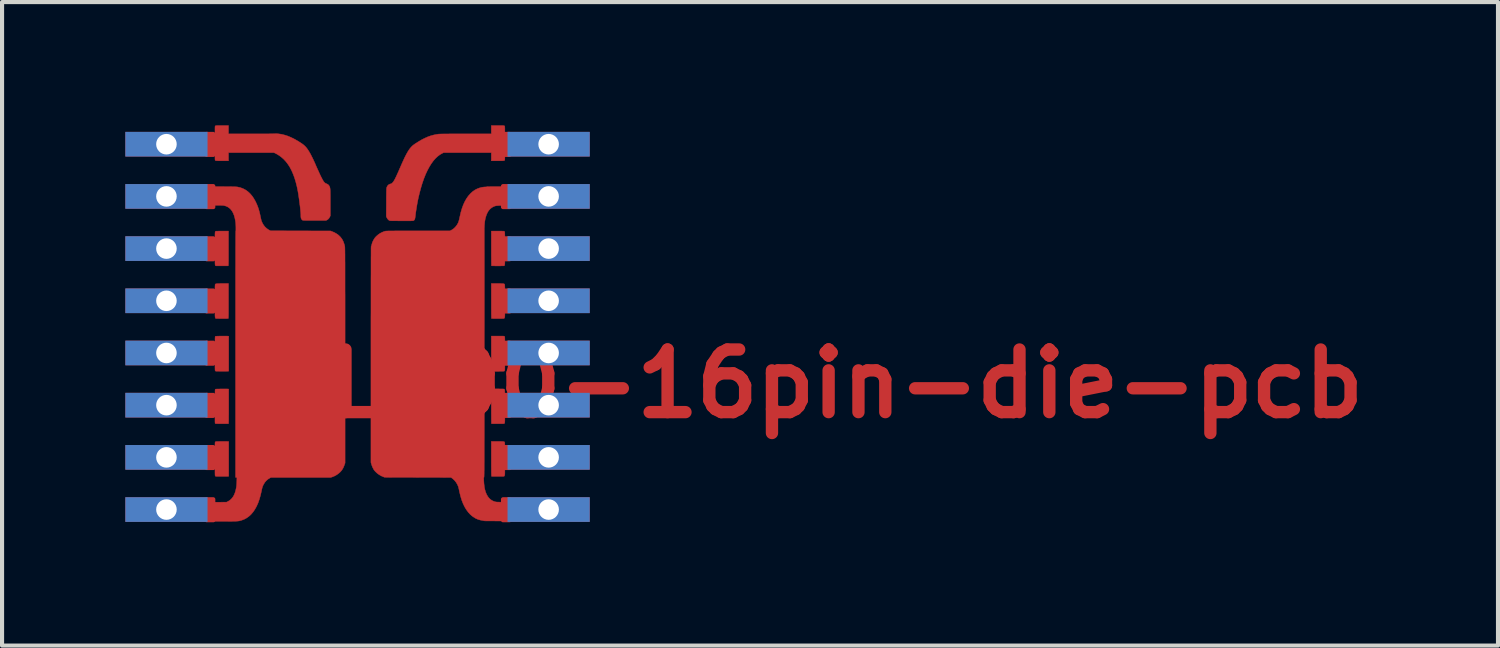
<source format=kicad_pcb>
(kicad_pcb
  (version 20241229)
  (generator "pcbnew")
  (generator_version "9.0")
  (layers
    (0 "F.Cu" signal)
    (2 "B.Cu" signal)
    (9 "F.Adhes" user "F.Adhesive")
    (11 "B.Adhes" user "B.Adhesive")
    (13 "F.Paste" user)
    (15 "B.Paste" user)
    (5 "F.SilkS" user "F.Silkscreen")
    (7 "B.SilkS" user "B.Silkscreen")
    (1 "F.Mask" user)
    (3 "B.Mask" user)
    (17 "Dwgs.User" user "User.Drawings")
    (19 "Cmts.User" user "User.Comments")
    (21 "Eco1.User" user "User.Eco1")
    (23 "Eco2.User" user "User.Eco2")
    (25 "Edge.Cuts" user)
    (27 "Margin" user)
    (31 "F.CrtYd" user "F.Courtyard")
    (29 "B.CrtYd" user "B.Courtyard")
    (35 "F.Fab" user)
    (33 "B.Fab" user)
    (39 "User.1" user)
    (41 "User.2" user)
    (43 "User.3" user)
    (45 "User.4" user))
  (footprint "IZL200-16pin-die-pcb"
    (layer "F.Cu")
    (at 5.71 5.059)
    (property "Reference" "IZL200-16pin-die-pcb" (at 10.75 1.23 0) (layer "F.Cu") (effects (font (size 1.524 1.524) (thickness 0.3))))
    (attr through_hole)
    (fp_poly (pts (xy -3.73 -4.85) (xy -3.57 -4.85) (xy -3.57 -4.34) (xy -3.73 -4.34)) (stroke (width 0.1) (type solid)) (fill yes) (layer "F.Cu"))
    (fp_poly (pts (xy -3.73 -3.58) (xy -3.57 -3.58) (xy -3.57 -3.07) (xy -3.73 -3.07)) (stroke (width 0.1) (type solid)) (fill yes) (layer "F.Cu"))
    (fp_poly (pts (xy -3.73 -2.31) (xy -3.57 -2.31) (xy -3.57 -1.8) (xy -3.73 -1.8)) (stroke (width 0.1) (type solid)) (fill yes) (layer "F.Cu"))
    (fp_poly (pts (xy -3.73 -1.04) (xy -3.57 -1.04) (xy -3.57 -0.53) (xy -3.73 -0.53)) (stroke (width 0.1) (type solid)) (fill yes) (layer "F.Cu"))
    (fp_poly (pts (xy -3.73 0.23) (xy -3.57 0.23) (xy -3.57 0.74) (xy -3.73 0.74)) (stroke (width 0.1) (type solid)) (fill yes) (layer "F.Cu"))
    (fp_poly (pts (xy -3.73 1.5) (xy -3.57 1.5) (xy -3.57 2.01) (xy -3.73 2.01)) (stroke (width 0.1) (type solid)) (fill yes) (layer "F.Cu"))
    (fp_poly (pts (xy -3.73 2.77) (xy -3.57 2.77) (xy -3.57 3.28) (xy -3.73 3.28)) (stroke (width 0.1) (type solid)) (fill yes) (layer "F.Cu"))
    (fp_poly (pts (xy -3.73 4.04) (xy -3.57 4.04) (xy -3.57 4.55) (xy -3.73 4.55)) (stroke (width 0.1) (type solid)) (fill yes) (layer "F.Cu"))
    (fp_poly (pts (xy 3.48 -4.85) (xy 3.64 -4.85) (xy 3.64 -4.34) (xy 3.48 -4.34)) (stroke (width 0.1) (type solid)) (fill yes) (layer "F.Cu"))
    (fp_poly (pts (xy 3.48 -3.58) (xy 3.64 -3.58) (xy 3.64 -3.07) (xy 3.48 -3.07)) (stroke (width 0.1) (type solid)) (fill yes) (layer "F.Cu"))
    (fp_poly (pts (xy 3.48 -2.31) (xy 3.64 -2.31) (xy 3.64 -1.8) (xy 3.48 -1.8)) (stroke (width 0.1) (type solid)) (fill yes) (layer "F.Cu"))
    (fp_poly (pts (xy 3.48 -1.04) (xy 3.64 -1.04) (xy 3.64 -0.53) (xy 3.48 -0.53)) (stroke (width 0.1) (type solid)) (fill yes) (layer "F.Cu"))
    (fp_poly (pts (xy 3.48 0.23) (xy 3.64 0.23) (xy 3.64 0.74) (xy 3.48 0.74)) (stroke (width 0.1) (type solid)) (fill yes) (layer "F.Cu"))
    (fp_poly (pts (xy 3.48 1.5) (xy 3.64 1.5) (xy 3.64 2.01) (xy 3.48 2.01)) (stroke (width 0.1) (type solid)) (fill yes) (layer "F.Cu"))
    (fp_poly (pts (xy 3.48 2.77) (xy 3.64 2.77) (xy 3.64 3.28) (xy 3.48 3.28)) (stroke (width 0.1) (type solid)) (fill yes) (layer "F.Cu"))
    (fp_poly (pts (xy 3.48 4.04) (xy 3.64 4.04) (xy 3.64 4.55) (xy 3.48 4.55)) (stroke (width 0.1) (type solid)) (fill yes) (layer "F.Cu"))
    (fp_poly (pts (xy 3.393 0.068) (xy 3.426 0.068) (xy 3.453 0.068) (xy 3.473 0.069) (xy 3.488 0.069) (xy 3.498 0.07) (xy 3.506 0.072) (xy 3.51 0.073) (xy 3.514 0.075) (xy 3.516 0.077) (xy 3.519 0.081) (xy 3.521 0.085) (xy 3.523 0.092) (xy 3.524 0.103) (xy 3.524 0.118) (xy 3.525 0.14) (xy 3.525 0.169) (xy 3.525 0.179) (xy 3.525 0.271) (xy 3.787 0.271) (xy 3.787 0.727) (xy 3.525 0.727) (xy 3.525 0.817) (xy 3.525 0.848) (xy 3.524 0.871) (xy 3.524 0.888) (xy 3.523 0.899) (xy 3.521 0.907) (xy 3.519 0.912) (xy 3.516 0.916) (xy 3.516 0.917) (xy 3.513 0.919) (xy 3.509 0.921) (xy 3.504 0.922) (xy 3.496 0.924) (xy 3.485 0.924) (xy 3.469 0.925) (xy 3.447 0.925) (xy 3.419 0.925) (xy 3.383 0.926) (xy 3.351 0.926) (xy 3.195 0.926) (xy 3.195 0.068) (xy 3.351 0.068) (xy 3.393 0.068)) (stroke (width 0.01) (type solid)) (fill yes) (layer "F.Cu"))
    (fp_poly (pts (xy -3.276 2.632) (xy -3.249 2.632) (xy -3.227 2.633) (xy -3.212 2.633) (xy -3.205 2.634) (xy -3.195 2.637) (xy -3.195 3.479) (xy -3.205 3.482) (xy -3.212 3.482) (xy -3.227 3.483) (xy -3.248 3.483) (xy -3.274 3.484) (xy -3.303 3.484) (xy -3.335 3.484) (xy -3.368 3.484) (xy -3.4 3.484) (xy -3.431 3.483) (xy -3.458 3.483) (xy -3.481 3.483) (xy -3.499 3.482) (xy -3.509 3.481) (xy -3.51 3.481) (xy -3.52 3.476) (xy -3.525 3.468) (xy -3.526 3.46) (xy -3.528 3.445) (xy -3.528 3.424) (xy -3.529 3.399) (xy -3.529 3.371) (xy -3.529 3.286) (xy -3.796 3.286) (xy -3.796 2.83) (xy -3.529 2.83) (xy -3.529 2.745) (xy -3.529 2.718) (xy -3.529 2.693) (xy -3.528 2.673) (xy -3.527 2.658) (xy -3.526 2.651) (xy -3.519 2.641) (xy -3.507 2.636) (xy -3.499 2.635) (xy -3.483 2.634) (xy -3.461 2.633) (xy -3.434 2.633) (xy -3.403 2.632) (xy -3.371 2.632) (xy -3.338 2.632) (xy -3.306 2.632) (xy -3.276 2.632)) (stroke (width 0.01) (type solid)) (fill yes) (layer "F.Cu"))
    (fp_poly (pts (xy -3.27 0.069) (xy -3.245 0.069) (xy -3.225 0.069) (xy -3.213 0.07) (xy -3.21 0.07) (xy -3.195 0.073) (xy -3.195 0.92) (xy -3.205 0.923) (xy -3.212 0.923) (xy -3.227 0.924) (xy -3.248 0.924) (xy -3.274 0.925) (xy -3.303 0.925) (xy -3.335 0.925) (xy -3.368 0.925) (xy -3.4 0.925) (xy -3.431 0.924) (xy -3.458 0.924) (xy -3.481 0.924) (xy -3.499 0.923) (xy -3.509 0.923) (xy -3.51 0.922) (xy -3.52 0.917) (xy -3.525 0.909) (xy -3.526 0.901) (xy -3.528 0.886) (xy -3.528 0.865) (xy -3.529 0.84) (xy -3.529 0.812) (xy -3.529 0.727) (xy -3.796 0.727) (xy -3.796 0.271) (xy -3.53 0.271) (xy -3.528 0.177) (xy -3.528 0.142) (xy -3.527 0.116) (xy -3.526 0.097) (xy -3.524 0.084) (xy -3.522 0.078) (xy -3.521 0.076) (xy -3.517 0.074) (xy -3.509 0.073) (xy -3.496 0.072) (xy -3.477 0.071) (xy -3.451 0.07) (xy -3.417 0.069) (xy -3.376 0.069) (xy -3.37 0.069) (xy -3.334 0.069) (xy -3.3 0.069) (xy -3.27 0.069)) (stroke (width 0.01) (type solid)) (fill yes) (layer "F.Cu"))
    (fp_poly (pts (xy 3.339 -1.209) (xy 3.383 -1.209) (xy 3.42 -1.209) (xy 3.449 -1.208) (xy 3.472 -1.207) (xy 3.489 -1.205) (xy 3.501 -1.203) (xy 3.51 -1.2) (xy 3.516 -1.196) (xy 3.519 -1.191) (xy 3.52 -1.188) (xy 3.522 -1.18) (xy 3.523 -1.165) (xy 3.524 -1.144) (xy 3.525 -1.119) (xy 3.525 -1.094) (xy 3.525 -1.011) (xy 3.787 -1.011) (xy 3.787 -0.555) (xy 3.525 -0.555) (xy 3.525 -0.473) (xy 3.525 -0.439) (xy 3.524 -0.412) (xy 3.522 -0.392) (xy 3.519 -0.378) (xy 3.514 -0.369) (xy 3.508 -0.363) (xy 3.5 -0.36) (xy 3.498 -0.359) (xy 3.49 -0.358) (xy 3.474 -0.358) (xy 3.453 -0.357) (xy 3.427 -0.357) (xy 3.397 -0.357) (xy 3.366 -0.357) (xy 3.334 -0.357) (xy 3.302 -0.357) (xy 3.273 -0.357) (xy 3.246 -0.357) (xy 3.225 -0.358) (xy 3.21 -0.358) (xy 3.202 -0.359) (xy 3.201 -0.359) (xy 3.2 -0.361) (xy 3.199 -0.367) (xy 3.198 -0.377) (xy 3.198 -0.392) (xy 3.197 -0.411) (xy 3.197 -0.436) (xy 3.196 -0.467) (xy 3.196 -0.505) (xy 3.196 -0.549) (xy 3.195 -0.6) (xy 3.195 -0.66) (xy 3.195 -0.727) (xy 3.195 -0.785) (xy 3.195 -1.209) (xy 3.339 -1.209)) (stroke (width 0.01) (type solid)) (fill yes) (layer "F.Cu"))
    (fp_poly (pts (xy 3.339 2.632) (xy 3.383 2.632) (xy 3.42 2.632) (xy 3.449 2.633) (xy 3.472 2.634) (xy 3.489 2.636) (xy 3.501 2.638) (xy 3.51 2.641) (xy 3.516 2.645) (xy 3.519 2.65) (xy 3.52 2.652) (xy 3.522 2.66) (xy 3.523 2.676) (xy 3.524 2.697) (xy 3.525 2.722) (xy 3.525 2.747) (xy 3.525 2.83) (xy 3.787 2.83) (xy 3.787 3.286) (xy 3.525 3.286) (xy 3.525 3.367) (xy 3.525 3.402) (xy 3.524 3.429) (xy 3.522 3.449) (xy 3.519 3.463) (xy 3.514 3.472) (xy 3.508 3.478) (xy 3.5 3.481) (xy 3.498 3.482) (xy 3.49 3.482) (xy 3.474 3.483) (xy 3.453 3.483) (xy 3.427 3.484) (xy 3.397 3.484) (xy 3.366 3.484) (xy 3.334 3.484) (xy 3.302 3.484) (xy 3.273 3.484) (xy 3.246 3.483) (xy 3.225 3.483) (xy 3.21 3.482) (xy 3.202 3.482) (xy 3.201 3.482) (xy 3.2 3.479) (xy 3.199 3.474) (xy 3.198 3.464) (xy 3.198 3.449) (xy 3.197 3.43) (xy 3.197 3.405) (xy 3.196 3.374) (xy 3.196 3.336) (xy 3.196 3.292) (xy 3.195 3.24) (xy 3.195 3.181) (xy 3.195 3.113) (xy 3.195 3.055) (xy 3.195 2.632) (xy 3.339 2.632)) (stroke (width 0.01) (type solid)) (fill yes) (layer "F.Cu"))
    (fp_poly (pts (xy 3.377 -2.486) (xy 3.411 -2.486) (xy 3.441 -2.486) (xy 3.467 -2.485) (xy 3.486 -2.485) (xy 3.498 -2.484) (xy 3.501 -2.484) (xy 3.509 -2.481) (xy 3.515 -2.477) (xy 3.519 -2.469) (xy 3.522 -2.456) (xy 3.523 -2.438) (xy 3.524 -2.414) (xy 3.525 -2.382) (xy 3.525 -2.371) (xy 3.525 -2.288) (xy 3.787 -2.288) (xy 3.787 -1.836) (xy 3.525 -1.836) (xy 3.525 -1.754) (xy 3.525 -1.719) (xy 3.524 -1.693) (xy 3.522 -1.673) (xy 3.52 -1.659) (xy 3.516 -1.65) (xy 3.511 -1.644) (xy 3.504 -1.641) (xy 3.501 -1.641) (xy 3.494 -1.64) (xy 3.478 -1.639) (xy 3.457 -1.639) (xy 3.431 -1.639) (xy 3.401 -1.638) (xy 3.37 -1.638) (xy 3.337 -1.638) (xy 3.306 -1.638) (xy 3.276 -1.639) (xy 3.249 -1.639) (xy 3.227 -1.639) (xy 3.211 -1.64) (xy 3.202 -1.641) (xy 3.201 -1.641) (xy 3.2 -1.643) (xy 3.199 -1.649) (xy 3.198 -1.659) (xy 3.198 -1.673) (xy 3.197 -1.693) (xy 3.197 -1.718) (xy 3.196 -1.749) (xy 3.196 -1.786) (xy 3.196 -1.831) (xy 3.195 -1.882) (xy 3.195 -1.942) (xy 3.195 -2.009) (xy 3.195 -2.065) (xy 3.195 -2.486) (xy 3.341 -2.486) (xy 3.377 -2.486)) (stroke (width 0.01) (type solid)) (fill yes) (layer "F.Cu"))
    (fp_poly (pts (xy 3.377 1.354) (xy 3.411 1.355) (xy 3.441 1.355) (xy 3.467 1.355) (xy 3.486 1.356) (xy 3.498 1.357) (xy 3.501 1.357) (xy 3.509 1.36) (xy 3.515 1.364) (xy 3.519 1.372) (xy 3.522 1.385) (xy 3.523 1.402) (xy 3.524 1.427) (xy 3.525 1.459) (xy 3.525 1.47) (xy 3.525 1.553) (xy 3.787 1.553) (xy 3.787 2.004) (xy 3.525 2.004) (xy 3.525 2.087) (xy 3.525 2.122) (xy 3.524 2.148) (xy 3.522 2.168) (xy 3.52 2.182) (xy 3.516 2.191) (xy 3.511 2.196) (xy 3.504 2.199) (xy 3.501 2.2) (xy 3.494 2.201) (xy 3.478 2.201) (xy 3.457 2.202) (xy 3.431 2.202) (xy 3.401 2.202) (xy 3.37 2.202) (xy 3.337 2.202) (xy 3.306 2.202) (xy 3.276 2.202) (xy 3.249 2.202) (xy 3.227 2.201) (xy 3.211 2.201) (xy 3.202 2.2) (xy 3.201 2.2) (xy 3.2 2.198) (xy 3.199 2.192) (xy 3.198 2.182) (xy 3.198 2.167) (xy 3.197 2.148) (xy 3.197 2.123) (xy 3.196 2.092) (xy 3.196 2.054) (xy 3.196 2.01) (xy 3.195 1.958) (xy 3.195 1.899) (xy 3.195 1.831) (xy 3.195 1.776) (xy 3.195 1.354) (xy 3.341 1.354) (xy 3.377 1.354)) (stroke (width 0.01) (type solid)) (fill yes) (layer "F.Cu"))
    (fp_poly (pts (xy -3.2 -2.065) (xy -3.2 -1.993) (xy -3.2 -1.93) (xy -3.2 -1.875) (xy -3.2 -1.827) (xy -3.2 -1.787) (xy -3.2 -1.752) (xy -3.201 -1.723) (xy -3.201 -1.7) (xy -3.202 -1.682) (xy -3.202 -1.667) (xy -3.203 -1.657) (xy -3.204 -1.649) (xy -3.205 -1.644) (xy -3.206 -1.642) (xy -3.207 -1.641) (xy -3.207 -1.641) (xy -3.213 -1.64) (xy -3.227 -1.64) (xy -3.247 -1.639) (xy -3.272 -1.639) (xy -3.301 -1.639) (xy -3.332 -1.639) (xy -3.365 -1.639) (xy -3.397 -1.639) (xy -3.427 -1.639) (xy -3.455 -1.639) (xy -3.479 -1.64) (xy -3.496 -1.64) (xy -3.507 -1.641) (xy -3.51 -1.641) (xy -3.516 -1.644) (xy -3.521 -1.65) (xy -3.524 -1.66) (xy -3.527 -1.676) (xy -3.528 -1.697) (xy -3.529 -1.726) (xy -3.529 -1.754) (xy -3.529 -1.836) (xy -3.791 -1.836) (xy -3.791 -2.288) (xy -3.529 -2.288) (xy -3.529 -2.371) (xy -3.529 -2.405) (xy -3.528 -2.432) (xy -3.527 -2.451) (xy -3.524 -2.465) (xy -3.52 -2.474) (xy -3.515 -2.48) (xy -3.508 -2.483) (xy -3.506 -2.484) (xy -3.498 -2.484) (xy -3.482 -2.485) (xy -3.46 -2.485) (xy -3.433 -2.486) (xy -3.401 -2.486) (xy -3.366 -2.486) (xy -3.346 -2.486) (xy -3.2 -2.486) (xy -3.2 -2.065)) (stroke (width 0.01) (type solid)) (fill yes) (layer "F.Cu"))
    (fp_poly (pts (xy -3.2 -0.785) (xy -3.2 -0.714) (xy -3.2 -0.65) (xy -3.2 -0.595) (xy -3.2 -0.547) (xy -3.2 -0.506) (xy -3.2 -0.471) (xy -3.201 -0.443) (xy -3.201 -0.419) (xy -3.202 -0.4) (xy -3.202 -0.386) (xy -3.203 -0.375) (xy -3.204 -0.368) (xy -3.205 -0.363) (xy -3.206 -0.36) (xy -3.207 -0.359) (xy -3.207 -0.359) (xy -3.213 -0.358) (xy -3.227 -0.358) (xy -3.247 -0.357) (xy -3.272 -0.357) (xy -3.301 -0.357) (xy -3.332 -0.357) (xy -3.364 -0.357) (xy -3.396 -0.357) (xy -3.427 -0.357) (xy -3.454 -0.358) (xy -3.477 -0.358) (xy -3.494 -0.359) (xy -3.504 -0.359) (xy -3.506 -0.359) (xy -3.513 -0.362) (xy -3.519 -0.368) (xy -3.523 -0.379) (xy -3.526 -0.394) (xy -3.528 -0.416) (xy -3.529 -0.445) (xy -3.529 -0.473) (xy -3.529 -0.555) (xy -3.791 -0.555) (xy -3.791 -1.011) (xy -3.529 -1.011) (xy -3.529 -1.094) (xy -3.529 -1.121) (xy -3.528 -1.146) (xy -3.527 -1.166) (xy -3.526 -1.181) (xy -3.525 -1.188) (xy -3.522 -1.194) (xy -3.518 -1.198) (xy -3.511 -1.201) (xy -3.5 -1.204) (xy -3.485 -1.206) (xy -3.465 -1.208) (xy -3.44 -1.208) (xy -3.407 -1.209) (xy -3.366 -1.209) (xy -3.343 -1.209) (xy -3.2 -1.209) (xy -3.2 -0.785)) (stroke (width 0.01) (type solid)) (fill yes) (layer "F.Cu"))
    (fp_poly (pts (xy -3.265 1.355) (xy -3.24 1.355) (xy -3.221 1.356) (xy -3.209 1.356) (xy -3.206 1.356) (xy -3.195 1.359) (xy -3.195 1.778) (xy -3.195 1.85) (xy -3.195 1.912) (xy -3.195 1.967) (xy -3.196 2.015) (xy -3.196 2.055) (xy -3.196 2.09) (xy -3.196 2.118) (xy -3.197 2.141) (xy -3.197 2.16) (xy -3.198 2.174) (xy -3.198 2.184) (xy -3.199 2.192) (xy -3.2 2.196) (xy -3.201 2.199) (xy -3.202 2.2) (xy -3.208 2.201) (xy -3.222 2.201) (xy -3.242 2.202) (xy -3.268 2.202) (xy -3.297 2.202) (xy -3.328 2.202) (xy -3.361 2.202) (xy -3.394 2.202) (xy -3.425 2.202) (xy -3.454 2.201) (xy -3.478 2.201) (xy -3.497 2.201) (xy -3.51 2.2) (xy -3.514 2.2) (xy -3.523 2.194) (xy -3.527 2.188) (xy -3.527 2.18) (xy -3.528 2.165) (xy -3.529 2.145) (xy -3.529 2.12) (xy -3.529 2.092) (xy -3.529 2.091) (xy -3.529 2.004) (xy -3.796 2.004) (xy -3.796 1.553) (xy -3.53 1.553) (xy -3.528 1.461) (xy -3.528 1.426) (xy -3.527 1.401) (xy -3.526 1.382) (xy -3.524 1.37) (xy -3.522 1.363) (xy -3.521 1.362) (xy -3.517 1.361) (xy -3.509 1.359) (xy -3.496 1.358) (xy -3.477 1.357) (xy -3.452 1.356) (xy -3.419 1.356) (xy -3.378 1.355) (xy -3.366 1.355) (xy -3.329 1.355) (xy -3.296 1.355) (xy -3.265 1.355)) (stroke (width 0.01) (type solid)) (fill yes) (layer "F.Cu"))
    (fp_poly (pts (xy 3.393 -5.054) (xy 3.426 -5.054) (xy 3.453 -5.054) (xy 3.473 -5.054) (xy 3.488 -5.053) (xy 3.498 -5.052) (xy 3.506 -5.051) (xy 3.51 -5.049) (xy 3.514 -5.047) (xy 3.516 -5.045) (xy 3.519 -5.042) (xy 3.521 -5.037) (xy 3.523 -5.03) (xy 3.524 -5.02) (xy 3.524 -5.004) (xy 3.525 -4.983) (xy 3.525 -4.954) (xy 3.525 -4.944) (xy 3.525 -4.851) (xy 3.791 -4.851) (xy 3.791 -4.395) (xy 3.525 -4.395) (xy 3.525 -4.305) (xy 3.525 -4.274) (xy 3.524 -4.251) (xy 3.524 -4.234) (xy 3.523 -4.223) (xy 3.521 -4.215) (xy 3.519 -4.21) (xy 3.516 -4.207) (xy 3.516 -4.206) (xy 3.513 -4.203) (xy 3.509 -4.202) (xy 3.504 -4.2) (xy 3.496 -4.199) (xy 3.485 -4.198) (xy 3.469 -4.197) (xy 3.447 -4.197) (xy 3.419 -4.197) (xy 3.383 -4.197) (xy 3.351 -4.197) (xy 3.195 -4.197) (xy 3.195 -4.395) (xy 2.035 -4.395) (xy 2.004 -4.38) (xy 1.946 -4.347) (xy 1.89 -4.305) (xy 1.836 -4.254) (xy 1.784 -4.195) (xy 1.734 -4.126) (xy 1.687 -4.05) (xy 1.641 -3.964) (xy 1.597 -3.87) (xy 1.556 -3.767) (xy 1.548 -3.745) (xy 1.513 -3.643) (xy 1.48 -3.533) (xy 1.449 -3.417) (xy 1.42 -3.297) (xy 1.395 -3.174) (xy 1.374 -3.05) (xy 1.355 -2.926) (xy 1.345 -2.838) (xy 1.34 -2.805) (xy 1.334 -2.78) (xy 1.325 -2.761) (xy 1.315 -2.749) (xy 1.308 -2.744) (xy 1.305 -2.742) (xy 1.301 -2.74) (xy 1.296 -2.739) (xy 1.289 -2.738) (xy 1.28 -2.737) (xy 1.268 -2.736) (xy 1.251 -2.736) (xy 1.23 -2.735) (xy 1.204 -2.735) (xy 1.171 -2.735) (xy 1.132 -2.735) (xy 1.085 -2.735) (xy 1.031 -2.735) (xy 1.015 -2.735) (xy 0.949 -2.735) (xy 0.891 -2.736) (xy 0.841 -2.736) (xy 0.801 -2.737) (xy 0.769 -2.737) (xy 0.745 -2.738) (xy 0.729 -2.739) (xy 0.722 -2.741) (xy 0.705 -2.749) (xy 0.687 -2.764) (xy 0.671 -2.783) (xy 0.657 -2.804) (xy 0.65 -2.818) (xy 0.639 -2.845) (xy 0.641 -3.181) (xy 0.641 -3.251) (xy 0.641 -3.312) (xy 0.642 -3.366) (xy 0.642 -3.411) (xy 0.643 -3.448) (xy 0.644 -3.479) (xy 0.644 -3.503) (xy 0.645 -3.521) (xy 0.646 -3.533) (xy 0.647 -3.538) (xy 0.66 -3.571) (xy 0.678 -3.598) (xy 0.701 -3.618) (xy 0.729 -3.631) (xy 0.739 -3.633) (xy 0.752 -3.637) (xy 0.765 -3.642) (xy 0.778 -3.651) (xy 0.79 -3.662) (xy 0.803 -3.677) (xy 0.817 -3.696) (xy 0.832 -3.72) (xy 0.848 -3.748) (xy 0.865 -3.783) (xy 0.885 -3.823) (xy 0.906 -3.87) (xy 0.931 -3.925) (xy 0.958 -3.987) (xy 0.968 -4.01) (xy 0.998 -4.079) (xy 1.025 -4.14) (xy 1.05 -4.195) (xy 1.072 -4.243) (xy 1.092 -4.286) (xy 1.112 -4.324) (xy 1.129 -4.358) (xy 1.147 -4.389) (xy 1.163 -4.418) (xy 1.18 -4.444) (xy 1.19 -4.46) (xy 1.216 -4.496) (xy 1.242 -4.527) (xy 1.269 -4.555) (xy 1.299 -4.581) (xy 1.336 -4.607) (xy 1.355 -4.62) (xy 1.435 -4.67) (xy 1.51 -4.714) (xy 1.583 -4.75) (xy 1.653 -4.781) (xy 1.722 -4.805) (xy 1.791 -4.824) (xy 1.86 -4.838) (xy 1.919 -4.847) (xy 1.931 -4.847) (xy 1.952 -4.848) (xy 1.981 -4.849) (xy 2.02 -4.849) (xy 2.066 -4.85) (xy 2.122 -4.85) (xy 2.185 -4.851) (xy 2.257 -4.851) (xy 2.337 -4.851) (xy 2.425 -4.851) (xy 2.52 -4.851) (xy 2.579 -4.851) (xy 3.195 -4.851) (xy 3.195 -5.054) (xy 3.351 -5.054) (xy 3.393 -5.054)) (stroke (width 0.01) (type solid)) (fill yes) (layer "F.Cu"))
    (fp_poly (pts (xy -3.2 -4.851) (xy -2.634 -4.851) (xy -2.551 -4.851) (xy -2.473 -4.851) (xy -2.401 -4.852) (xy -2.335 -4.852) (xy -2.276 -4.852) (xy -2.223 -4.852) (xy -2.177 -4.853) (xy -2.138 -4.853) (xy -2.108 -4.854) (xy -2.085 -4.854) (xy -2.07 -4.855) (xy -2.065 -4.855) (xy -2.065 -4.856) (xy -2.058 -4.857) (xy -2.044 -4.857) (xy -2.024 -4.856) (xy -2 -4.854) (xy -1.973 -4.851) (xy -1.945 -4.847) (xy -1.917 -4.843) (xy -1.901 -4.84) (xy -1.829 -4.822) (xy -1.755 -4.798) (xy -1.679 -4.766) (xy -1.6 -4.727) (xy -1.518 -4.681) (xy -1.433 -4.627) (xy -1.409 -4.611) (xy -1.382 -4.591) (xy -1.356 -4.569) (xy -1.33 -4.544) (xy -1.305 -4.516) (xy -1.281 -4.484) (xy -1.256 -4.447) (xy -1.231 -4.406) (xy -1.204 -4.359) (xy -1.177 -4.306) (xy -1.147 -4.246) (xy -1.116 -4.179) (xy -1.082 -4.104) (xy -1.079 -4.095) (xy -1.048 -4.025) (xy -1.02 -3.963) (xy -0.995 -3.908) (xy -0.973 -3.86) (xy -0.953 -3.818) (xy -0.935 -3.783) (xy -0.919 -3.752) (xy -0.905 -3.727) (xy -0.892 -3.705) (xy -0.88 -3.688) (xy -0.869 -3.674) (xy -0.858 -3.663) (xy -0.847 -3.655) (xy -0.837 -3.648) (xy -0.825 -3.643) (xy -0.821 -3.641) (xy -0.792 -3.628) (xy -0.769 -3.612) (xy -0.753 -3.592) (xy -0.748 -3.584) (xy -0.743 -3.575) (xy -0.739 -3.567) (xy -0.736 -3.558) (xy -0.733 -3.548) (xy -0.73 -3.536) (xy -0.728 -3.522) (xy -0.726 -3.506) (xy -0.725 -3.485) (xy -0.724 -3.46) (xy -0.723 -3.43) (xy -0.723 -3.394) (xy -0.722 -3.352) (xy -0.722 -3.303) (xy -0.722 -3.246) (xy -0.722 -3.181) (xy -0.722 -3.179) (xy -0.722 -2.859) (xy -0.735 -2.831) (xy -0.755 -2.797) (xy -0.78 -2.771) (xy -0.805 -2.755) (xy -0.828 -2.744) (xy -1.105 -2.744) (xy -1.155 -2.744) (xy -1.202 -2.744) (xy -1.245 -2.745) (xy -1.285 -2.745) (xy -1.319 -2.745) (xy -1.348 -2.746) (xy -1.371 -2.747) (xy -1.385 -2.747) (xy -1.392 -2.748) (xy -1.392 -2.748) (xy -1.409 -2.759) (xy -1.424 -2.777) (xy -1.431 -2.791) (xy -1.435 -2.801) (xy -1.437 -2.814) (xy -1.439 -2.83) (xy -1.44 -2.853) (xy -1.44 -2.864) (xy -1.44 -2.889) (xy -1.442 -2.921) (xy -1.446 -2.96) (xy -1.45 -3.005) (xy -1.455 -3.054) (xy -1.461 -3.106) (xy -1.468 -3.16) (xy -1.475 -3.214) (xy -1.482 -3.269) (xy -1.49 -3.322) (xy -1.497 -3.372) (xy -1.505 -3.419) (xy -1.51 -3.45) (xy -1.534 -3.569) (xy -1.562 -3.679) (xy -1.593 -3.782) (xy -1.628 -3.876) (xy -1.666 -3.963) (xy -1.708 -4.043) (xy -1.755 -4.115) (xy -1.805 -4.18) (xy -1.859 -4.238) (xy -1.918 -4.289) (xy -1.968 -4.326) (xy -1.991 -4.34) (xy -2.017 -4.356) (xy -2.041 -4.369) (xy -2.052 -4.375) (xy -2.094 -4.395) (xy -3.2 -4.395) (xy -3.2 -4.197) (xy -3.356 -4.197) (xy -3.397 -4.197) (xy -3.431 -4.197) (xy -3.457 -4.197) (xy -3.477 -4.198) (xy -3.492 -4.198) (xy -3.503 -4.199) (xy -3.51 -4.2) (xy -3.515 -4.202) (xy -3.518 -4.204) (xy -3.52 -4.206) (xy -3.523 -4.21) (xy -3.526 -4.214) (xy -3.527 -4.221) (xy -3.528 -4.232) (xy -3.529 -4.248) (xy -3.529 -4.27) (xy -3.529 -4.299) (xy -3.529 -4.305) (xy -3.529 -4.395) (xy -3.796 -4.395) (xy -3.796 -4.851) (xy -3.529 -4.851) (xy -3.529 -4.944) (xy -3.529 -4.975) (xy -3.529 -4.999) (xy -3.528 -5.016) (xy -3.528 -5.028) (xy -3.526 -5.035) (xy -3.524 -5.041) (xy -3.521 -5.044) (xy -3.52 -5.045) (xy -3.518 -5.048) (xy -3.514 -5.05) (xy -3.509 -5.051) (xy -3.501 -5.052) (xy -3.489 -5.053) (xy -3.473 -5.054) (xy -3.451 -5.054) (xy -3.423 -5.054) (xy -3.388 -5.054) (xy -3.356 -5.054) (xy -3.2 -5.054) (xy -3.2 -4.851)) (stroke (width 0.01) (type solid)) (fill yes) (layer "F.Cu"))
    (fp_poly (pts (xy -3.404 -3.568) (xy -3.333 -3.568) (xy -3.27 -3.567) (xy -3.215 -3.567) (xy -3.167 -3.566) (xy -3.126 -3.566) (xy -3.091 -3.565) (xy -3.062 -3.565) (xy -3.038 -3.564) (xy -3.018 -3.563) (xy -3.003 -3.562) (xy -2.99 -3.561) (xy -2.981 -3.56) (xy -2.976 -3.559) (xy -2.908 -3.543) (xy -2.844 -3.519) (xy -2.784 -3.487) (xy -2.729 -3.448) (xy -2.678 -3.401) (xy -2.63 -3.346) (xy -2.586 -3.283) (xy -2.546 -3.212) (xy -2.532 -3.184) (xy -2.508 -3.131) (xy -2.487 -3.078) (xy -2.468 -3.023) (xy -2.451 -2.964) (xy -2.435 -2.899) (xy -2.422 -2.836) (xy -2.416 -2.809) (xy -2.41 -2.783) (xy -2.405 -2.761) (xy -2.401 -2.744) (xy -2.399 -2.737) (xy -2.376 -2.683) (xy -2.347 -2.633) (xy -2.311 -2.588) (xy -2.27 -2.55) (xy -2.225 -2.518) (xy -2.214 -2.513) (xy -2.178 -2.493) (xy -1.446 -2.491) (xy -0.715 -2.489) (xy -0.686 -2.478) (xy -0.624 -2.452) (xy -0.568 -2.42) (xy -0.518 -2.383) (xy -0.475 -2.341) (xy -0.44 -2.295) (xy -0.419 -2.258) (xy -0.407 -2.233) (xy -0.395 -2.201) (xy -0.384 -2.168) (xy -0.375 -2.135) (xy -0.371 -2.12) (xy -0.371 -2.117) (xy -0.37 -2.114) (xy -0.37 -2.11) (xy -0.369 -2.104) (xy -0.369 -2.098) (xy -0.368 -2.091) (xy -0.368 -2.081) (xy -0.368 -2.07) (xy -0.367 -2.057) (xy -0.367 -2.042) (xy -0.367 -2.024) (xy -0.366 -2.003) (xy -0.366 -1.979) (xy -0.366 -1.953) (xy -0.365 -1.923) (xy -0.365 -1.889) (xy -0.365 -1.852) (xy -0.365 -1.81) (xy -0.365 -1.764) (xy -0.364 -1.714) (xy -0.364 -1.659) (xy -0.364 -1.6) (xy -0.364 -1.535) (xy -0.364 -1.465) (xy -0.364 -1.389) (xy -0.364 -1.307) (xy -0.364 -1.22) (xy -0.364 -1.126) (xy -0.364 -1.026) (xy -0.363 -0.919) (xy -0.363 -0.805) (xy -0.363 -0.685) (xy -0.363 -0.557) (xy -0.363 -0.421) (xy -0.363 -0.278) (xy -0.363 -0.127) (xy -0.363 0.033) (xy -0.363 0.201) (xy -0.363 0.377) (xy -0.363 3.157) (xy -0.381 3.209) (xy -0.4 3.257) (xy -0.421 3.298) (xy -0.445 3.334) (xy -0.473 3.368) (xy -0.475 3.37) (xy -0.518 3.409) (xy -0.566 3.444) (xy -0.618 3.473) (xy -0.67 3.495) (xy -0.679 3.498) (xy -0.71 3.507) (xy -2.162 3.507) (xy -2.19 3.521) (xy -2.236 3.549) (xy -2.277 3.584) (xy -2.314 3.626) (xy -2.344 3.674) (xy -2.351 3.688) (xy -2.361 3.707) (xy -2.369 3.727) (xy -2.376 3.747) (xy -2.382 3.77) (xy -2.389 3.798) (xy -2.396 3.833) (xy -2.399 3.846) (xy -2.423 3.95) (xy -2.451 4.046) (xy -2.482 4.134) (xy -2.519 4.215) (xy -2.559 4.287) (xy -2.603 4.351) (xy -2.652 4.408) (xy -2.704 4.456) (xy -2.761 4.496) (xy -2.822 4.529) (xy -2.888 4.553) (xy -2.893 4.555) (xy -2.906 4.558) (xy -2.918 4.562) (xy -2.931 4.565) (xy -2.944 4.567) (xy -2.959 4.569) (xy -2.976 4.571) (xy -2.996 4.572) (xy -3.018 4.574) (xy -3.045 4.575) (xy -3.077 4.575) (xy -3.113 4.576) (xy -3.156 4.576) (xy -3.205 4.576) (xy -3.261 4.577) (xy -3.325 4.577) (xy -3.392 4.577) (xy -3.468 4.577) (xy -3.537 4.576) (xy -3.597 4.576) (xy -3.648 4.576) (xy -3.69 4.575) (xy -3.724 4.575) (xy -3.749 4.574) (xy -3.765 4.573) (xy -3.773 4.572) (xy -3.773 4.572) (xy -3.777 4.569) (xy -3.784 4.568) (xy -3.796 4.568) (xy -3.796 4.112) (xy -3.521 4.111) (xy -3.247 4.11) (xy -3.213 4.092) (xy -3.169 4.066) (xy -3.131 4.032) (xy -3.097 3.991) (xy -3.068 3.943) (xy -3.044 3.887) (xy -3.025 3.824) (xy -3.01 3.753) (xy -3.008 3.737) (xy -3.005 3.717) (xy -3.003 3.691) (xy -3.001 3.66) (xy -2.999 3.628) (xy -2.998 3.598) (xy -2.995 3.507) (xy -3.028 3.507) (xy -3.028 0.508) (xy -3.028 0.299) (xy -3.028 0.098) (xy -3.028 -0.094) (xy -3.028 -0.277) (xy -3.028 -0.452) (xy -3.028 -0.618) (xy -3.028 -0.777) (xy -3.028 -0.927) (xy -3.028 -1.069) (xy -3.028 -1.204) (xy -3.028 -1.331) (xy -3.028 -1.45) (xy -3.028 -1.562) (xy -3.027 -1.667) (xy -3.027 -1.765) (xy -3.027 -1.857) (xy -3.027 -1.941) (xy -3.027 -2.018) (xy -3.027 -2.09) (xy -3.026 -2.155) (xy -3.026 -2.213) (xy -3.026 -2.266) (xy -3.026 -2.313) (xy -3.026 -2.353) (xy -3.025 -2.389) (xy -3.025 -2.419) (xy -3.025 -2.443) (xy -3.024 -2.462) (xy -3.024 -2.477) (xy -3.024 -2.486) (xy -3.023 -2.49) (xy -3.023 -2.491) (xy -3.021 -2.495) (xy -3.02 -2.507) (xy -3.02 -2.525) (xy -3.02 -2.548) (xy -3.02 -2.575) (xy -3.021 -2.604) (xy -3.022 -2.633) (xy -3.024 -2.662) (xy -3.026 -2.689) (xy -3.029 -2.712) (xy -3.031 -2.728) (xy -3.045 -2.801) (xy -3.063 -2.866) (xy -3.086 -2.924) (xy -3.114 -2.974) (xy -3.146 -3.016) (xy -3.183 -3.05) (xy -3.224 -3.077) (xy -3.271 -3.097) (xy -3.321 -3.109) (xy -3.324 -3.109) (xy -3.335 -3.11) (xy -3.354 -3.111) (xy -3.38 -3.112) (xy -3.412 -3.112) (xy -3.449 -3.113) (xy -3.489 -3.113) (xy -3.533 -3.114) (xy -3.576 -3.114) (xy -3.796 -3.114) (xy -3.796 -3.57) (xy -3.404 -3.568)) (stroke (width 0.01) (type solid)) (fill yes) (layer "F.Cu"))
    (fp_poly (pts (xy 3.59 -3.57) (xy 3.634 -3.57) (xy 3.674 -3.569) (xy 3.709 -3.569) (xy 3.739 -3.569) (xy 3.764 -3.568) (xy 3.781 -3.568) (xy 3.791 -3.567) (xy 3.793 -3.567) (xy 3.795 -3.565) (xy 3.796 -3.562) (xy 3.797 -3.557) (xy 3.798 -3.547) (xy 3.799 -3.534) (xy 3.799 -3.517) (xy 3.8 -3.493) (xy 3.8 -3.464) (xy 3.8 -3.427) (xy 3.8 -3.383) (xy 3.8 -3.337) (xy 3.8 -3.109) (xy 3.578 -3.109) (xy 3.522 -3.109) (xy 3.473 -3.109) (xy 3.433 -3.108) (xy 3.398 -3.108) (xy 3.37 -3.106) (xy 3.346 -3.105) (xy 3.326 -3.103) (xy 3.309 -3.101) (xy 3.295 -3.098) (xy 3.281 -3.094) (xy 3.269 -3.09) (xy 3.259 -3.086) (xy 3.218 -3.065) (xy 3.18 -3.037) (xy 3.145 -3.002) (xy 3.119 -2.967) (xy 3.098 -2.929) (xy 3.078 -2.884) (xy 3.061 -2.833) (xy 3.047 -2.78) (xy 3.038 -2.728) (xy 3.035 -2.705) (xy 3.032 -2.677) (xy 3.03 -2.645) (xy 3.027 -2.612) (xy 3.026 -2.58) (xy 3.024 -2.551) (xy 3.024 -2.529) (xy 3.024 -2.522) (xy 3.024 -2.516) (xy 3.024 -2.501) (xy 3.024 -2.477) (xy 3.024 -2.445) (xy 3.024 -2.405) (xy 3.024 -2.357) (xy 3.024 -2.302) (xy 3.024 -2.239) (xy 3.024 -2.169) (xy 3.024 -2.092) (xy 3.025 -2.009) (xy 3.025 -1.919) (xy 3.025 -1.823) (xy 3.025 -1.721) (xy 3.025 -1.613) (xy 3.025 -1.5) (xy 3.025 -1.381) (xy 3.025 -1.258) (xy 3.025 -1.13) (xy 3.025 -0.997) (xy 3.025 -0.86) (xy 3.025 -0.719) (xy 3.025 -0.575) (xy 3.025 -0.426) (xy 3.025 -0.275) (xy 3.025 -0.12) (xy 3.024 0.037) (xy 3.024 0.197) (xy 3.024 0.36) (xy 3.024 0.509) (xy 3.024 0.707) (xy 3.024 0.896) (xy 3.024 1.076) (xy 3.024 1.247) (xy 3.024 1.411) (xy 3.024 1.566) (xy 3.024 1.714) (xy 3.024 1.854) (xy 3.024 1.987) (xy 3.024 2.112) (xy 3.024 2.23) (xy 3.024 2.342) (xy 3.024 2.447) (xy 3.024 2.545) (xy 3.023 2.638) (xy 3.023 2.724) (xy 3.023 2.804) (xy 3.023 2.879) (xy 3.023 2.948) (xy 3.023 3.012) (xy 3.023 3.072) (xy 3.023 3.126) (xy 3.022 3.176) (xy 3.022 3.221) (xy 3.022 3.262) (xy 3.022 3.299) (xy 3.022 3.332) (xy 3.021 3.362) (xy 3.021 3.388) (xy 3.021 3.411) (xy 3.02 3.43) (xy 3.02 3.447) (xy 3.02 3.462) (xy 3.019 3.474) (xy 3.019 3.484) (xy 3.019 3.491) (xy 3.018 3.497) (xy 3.018 3.502) (xy 3.017 3.505) (xy 3.017 3.506) (xy 3.017 3.507) (xy 3.016 3.507) (xy 3.014 3.508) (xy 3.012 3.511) (xy 3.011 3.518) (xy 3.01 3.529) (xy 3.011 3.547) (xy 3.012 3.572) (xy 3.012 3.58) (xy 3.016 3.646) (xy 3.022 3.704) (xy 3.029 3.757) (xy 3.039 3.804) (xy 3.052 3.849) (xy 3.055 3.86) (xy 3.078 3.917) (xy 3.106 3.967) (xy 3.138 4.01) (xy 3.175 4.045) (xy 3.216 4.072) (xy 3.263 4.093) (xy 3.284 4.099) (xy 3.292 4.101) (xy 3.301 4.103) (xy 3.31 4.105) (xy 3.321 4.106) (xy 3.334 4.107) (xy 3.351 4.108) (xy 3.372 4.108) (xy 3.398 4.109) (xy 3.43 4.11) (xy 3.469 4.11) (xy 3.515 4.11) (xy 3.553 4.111) (xy 3.787 4.113) (xy 3.787 4.568) (xy 3.41 4.568) (xy 3.353 4.568) (xy 3.298 4.568) (xy 3.247 4.567) (xy 3.199 4.567) (xy 3.156 4.567) (xy 3.118 4.567) (xy 3.087 4.567) (xy 3.062 4.566) (xy 3.044 4.566) (xy 3.034 4.566) (xy 3.032 4.566) (xy 3.027 4.564) (xy 3.015 4.562) (xy 2.998 4.559) (xy 2.983 4.556) (xy 2.924 4.545) (xy 2.87 4.529) (xy 2.821 4.508) (xy 2.793 4.492) (xy 2.734 4.453) (xy 2.681 4.407) (xy 2.631 4.352) (xy 2.586 4.29) (xy 2.544 4.22) (xy 2.507 4.142) (xy 2.474 4.057) (xy 2.446 3.963) (xy 2.421 3.861) (xy 2.414 3.828) (xy 2.409 3.801) (xy 2.403 3.776) (xy 2.397 3.753) (xy 2.393 3.736) (xy 2.391 3.73) (xy 2.368 3.677) (xy 2.338 3.627) (xy 2.302 3.582) (xy 2.261 3.543) (xy 2.232 3.521) (xy 2.214 3.509) (xy 1.406 3.507) (xy 0.598 3.505) (xy 0.565 3.492) (xy 0.512 3.469) (xy 0.463 3.44) (xy 0.417 3.406) (xy 0.377 3.369) (xy 0.343 3.329) (xy 0.336 3.318) (xy 0.312 3.275) (xy 0.292 3.228) (xy 0.278 3.185) (xy 0.266 3.145) (xy 0.266 0.517) (xy 0.266 0.363) (xy 0.266 0.212) (xy 0.266 0.063) (xy 0.266 -0.083) (xy 0.266 -0.226) (xy 0.266 -0.366) (xy 0.267 -0.503) (xy 0.267 -0.635) (xy 0.267 -0.764) (xy 0.267 -0.888) (xy 0.267 -1.008) (xy 0.267 -1.123) (xy 0.267 -1.233) (xy 0.267 -1.338) (xy 0.268 -1.437) (xy 0.268 -1.53) (xy 0.268 -1.618) (xy 0.268 -1.699) (xy 0.268 -1.774) (xy 0.268 -1.842) (xy 0.269 -1.903) (xy 0.269 -1.956) (xy 0.269 -2.003) (xy 0.269 -2.041) (xy 0.269 -2.071) (xy 0.27 -2.093) (xy 0.27 -2.107) (xy 0.27 -2.112) (xy 0.27 -2.112) (xy 0.273 -2.116) (xy 0.277 -2.127) (xy 0.281 -2.142) (xy 0.282 -2.146) (xy 0.3 -2.208) (xy 0.326 -2.265) (xy 0.359 -2.317) (xy 0.366 -2.327) (xy 0.401 -2.364) (xy 0.442 -2.399) (xy 0.488 -2.431) (xy 0.538 -2.457) (xy 0.589 -2.477) (xy 0.605 -2.482) (xy 0.609 -2.483) (xy 0.613 -2.484) (xy 0.618 -2.485) (xy 0.624 -2.486) (xy 0.631 -2.486) (xy 0.64 -2.487) (xy 0.652 -2.488) (xy 0.665 -2.488) (xy 0.682 -2.489) (xy 0.702 -2.489) (xy 0.726 -2.49) (xy 0.754 -2.49) (xy 0.787 -2.49) (xy 0.825 -2.49) (xy 0.868 -2.491) (xy 0.917 -2.491) (xy 0.973 -2.491) (xy 1.035 -2.491) (xy 1.104 -2.491) (xy 1.181 -2.491) (xy 1.266 -2.491) (xy 1.36 -2.491) (xy 2.184 -2.491) (xy 2.21 -2.502) (xy 2.249 -2.524) (xy 2.288 -2.553) (xy 2.324 -2.589) (xy 2.355 -2.63) (xy 2.356 -2.63) (xy 2.37 -2.653) (xy 2.383 -2.676) (xy 2.394 -2.701) (xy 2.403 -2.728) (xy 2.412 -2.759) (xy 2.421 -2.797) (xy 2.43 -2.84) (xy 2.454 -2.943) (xy 2.482 -3.039) (xy 2.514 -3.126) (xy 2.551 -3.206) (xy 2.592 -3.278) (xy 2.637 -3.342) (xy 2.687 -3.398) (xy 2.74 -3.447) (xy 2.799 -3.488) (xy 2.8 -3.488) (xy 2.85 -3.514) (xy 2.905 -3.535) (xy 2.963 -3.551) (xy 3.02 -3.559) (xy 3.054 -3.56) (xy 3.071 -3.561) (xy 3.082 -3.563) (xy 3.087 -3.565) (xy 3.087 -3.565) (xy 3.091 -3.566) (xy 3.104 -3.566) (xy 3.124 -3.567) (xy 3.15 -3.567) (xy 3.182 -3.568) (xy 3.219 -3.568) (xy 3.261 -3.569) (xy 3.305 -3.569) (xy 3.351 -3.569) (xy 3.399 -3.569) (xy 3.448 -3.57) (xy 3.497 -3.57) (xy 3.545 -3.57) (xy 3.59 -3.57)) (stroke (width 0.01) (type solid)) (fill yes) (layer "F.Cu"))
    (pad "1" thru_hole rect (at -4.71 -4.6 90) (size 0.6 2) (drill 0.5) (layers "*.Cu" "*.Mask"))
    (pad "2" thru_hole rect (at -4.71 -3.33 90) (size 0.6 2) (drill 0.5) (layers "*.Cu" "*.Mask"))
    (pad "3" thru_hole rect (at -4.71 -2.06 90) (size 0.6 2) (drill 0.5) (layers "*.Cu" "*.Mask"))
    (pad "4" thru_hole rect (at -4.71 -0.79 90) (size 0.6 2) (drill 0.5) (layers "*.Cu" "*.Mask"))
    (pad "5" thru_hole rect (at -4.71 0.48 90) (size 0.6 2) (drill 0.5) (layers "*.Cu" "*.Mask"))
    (pad "6" thru_hole rect (at -4.71 1.75 90) (size 0.6 2) (drill 0.5) (layers "*.Cu" "*.Mask"))
    (pad "7" thru_hole rect (at -4.71 3.02 90) (size 0.6 2) (drill 0.5) (layers "*.Cu" "*.Mask"))
    (pad "8" thru_hole rect (at -4.71 4.29 90) (size 0.6 2) (drill 0.5) (layers "*.Cu" "*.Mask"))
    (pad "9" thru_hole rect (at 4.59 4.29 90) (size 0.6 2) (drill 0.5) (layers "*.Cu" "*.Mask"))
    (pad "10" thru_hole rect (at 4.59 3.02 90) (size 0.6 2) (drill 0.5) (layers "*.Cu" "*.Mask"))
    (pad "11" thru_hole rect (at 4.59 1.75 90) (size 0.6 2) (drill 0.5) (layers "*.Cu" "*.Mask"))
    (pad "12" thru_hole rect (at 4.59 0.48 90) (size 0.6 2) (drill 0.5) (layers "*.Cu" "*.Mask"))
    (pad "13" thru_hole rect (at 4.59 -0.79 90) (size 0.6 2) (drill 0.5) (layers "*.Cu" "*.Mask"))
    (pad "14" thru_hole rect (at 4.59 -2.06 90) (size 0.6 2) (drill 0.5) (layers "*.Cu" "*.Mask"))
    (pad "15" thru_hole rect (at 4.59 -3.33 90) (size 0.6 2) (drill 0.5) (layers "*.Cu" "*.Mask"))
    (pad "16" thru_hole rect (at 4.59 -4.6 90) (size 0.6 2) (drill 0.5) (layers "*.Cu" "*.Mask")))
  (gr_rect
    (start -3 -3)
    (end 33.401 12.659)
    (stroke (width 0.1) (type default))
    (fill no)
    (layer "Edge.Cuts")))
</source>
